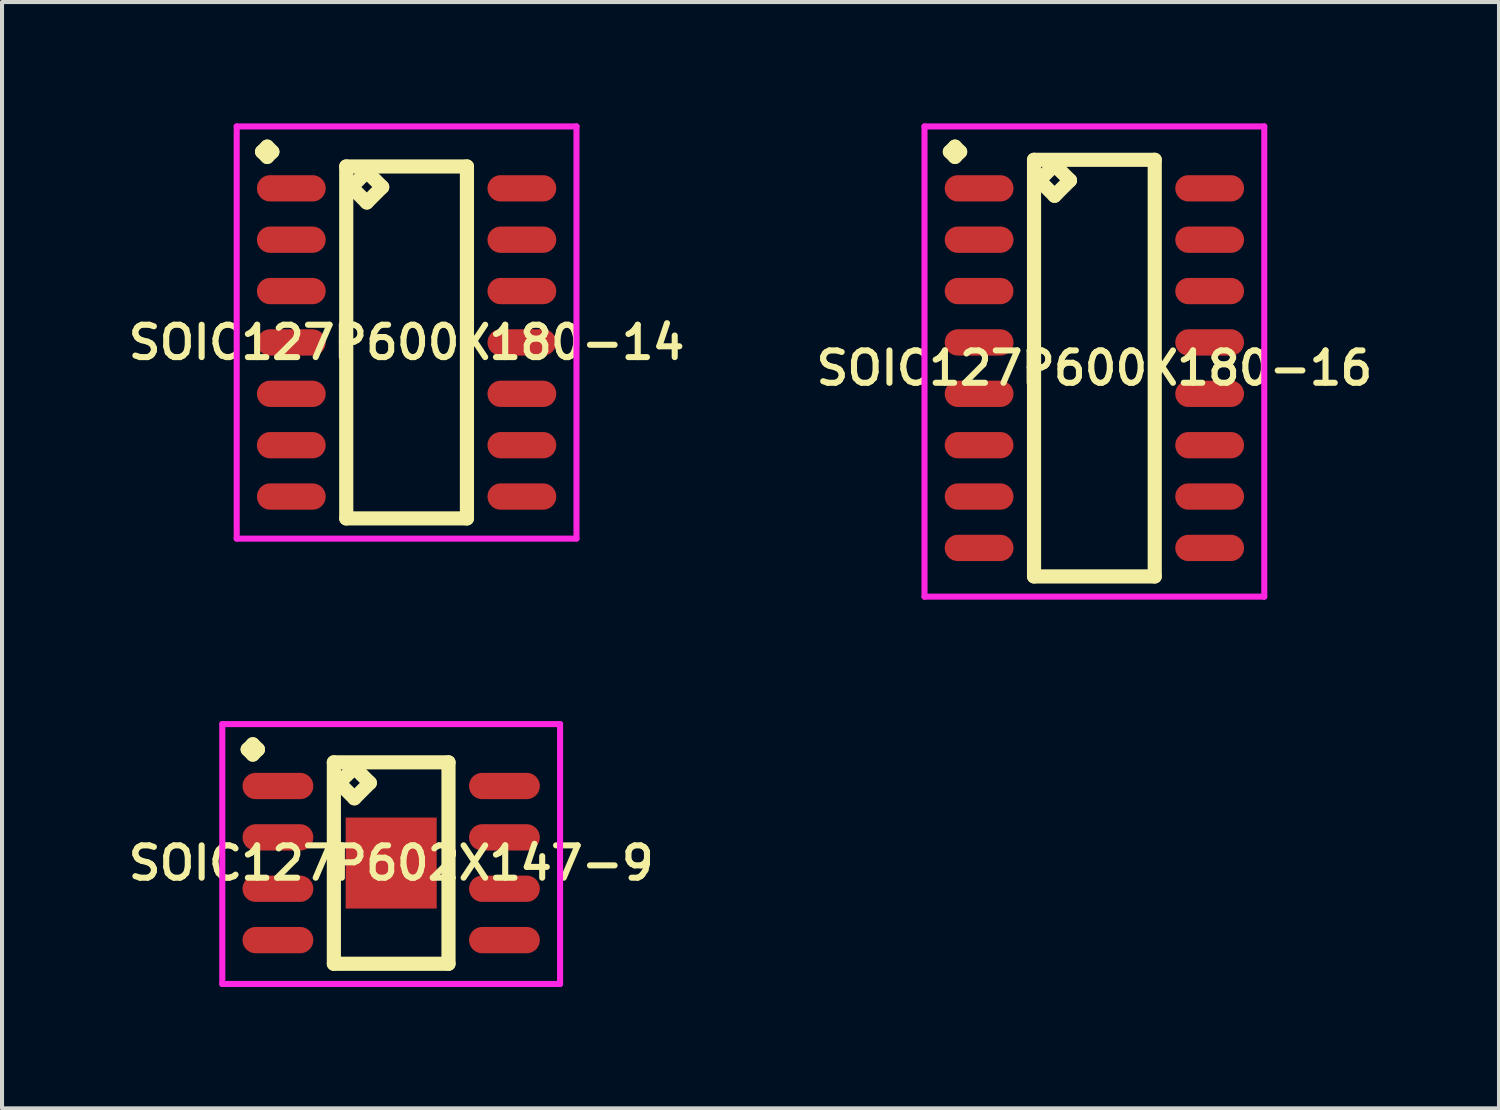
<source format=kicad_pcb>
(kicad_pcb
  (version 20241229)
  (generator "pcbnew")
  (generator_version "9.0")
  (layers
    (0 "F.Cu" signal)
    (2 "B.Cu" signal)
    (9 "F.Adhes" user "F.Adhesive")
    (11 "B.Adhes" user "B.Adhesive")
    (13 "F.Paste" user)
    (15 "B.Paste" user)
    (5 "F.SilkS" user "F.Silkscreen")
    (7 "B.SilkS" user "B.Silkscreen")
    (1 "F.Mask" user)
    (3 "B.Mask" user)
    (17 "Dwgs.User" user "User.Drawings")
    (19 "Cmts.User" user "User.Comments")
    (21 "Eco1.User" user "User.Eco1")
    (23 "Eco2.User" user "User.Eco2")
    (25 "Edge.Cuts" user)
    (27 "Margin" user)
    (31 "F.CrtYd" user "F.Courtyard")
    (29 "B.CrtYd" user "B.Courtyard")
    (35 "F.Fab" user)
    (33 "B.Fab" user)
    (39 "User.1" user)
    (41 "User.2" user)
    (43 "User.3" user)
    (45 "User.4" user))
  (footprint "SOIC127P600X180-16"
    (layer "F.Cu")
    (at 24.006 6.051)
    (property "Reference" "SOIC127P600X180-16" (at 0 0 0) (layer "F.SilkS") (effects (font (size 0.8 0.8) (thickness 0.15))))
    (attr smd)
    (fp_line (start -3.573 -5.349) (end -3.446 -5.476) (stroke (width 0.35) (type solid)) (layer "F.SilkS"))
    (fp_line (start -3.446 -5.476) (end -3.319 -5.349) (stroke (width 0.35) (type solid)) (layer "F.SilkS"))
    (fp_line (start -3.446 -5.222) (end -3.573 -5.349) (stroke (width 0.35) (type solid)) (layer "F.SilkS"))
    (fp_line (start -3.319 -5.349) (end -3.446 -5.222) (stroke (width 0.35) (type solid)) (layer "F.SilkS"))
    (fp_line (start -1.492 -5.15) (end -1.492 5.15) (stroke (width 0.35) (type solid)) (layer "F.SilkS"))
    (fp_line (start -1.492 5.15) (end 1.492 5.15) (stroke (width 0.35) (type solid)) (layer "F.SilkS"))
    (fp_line (start -1.365 -4.642) (end -0.984 -5.023) (stroke (width 0.35) (type solid)) (layer "F.SilkS"))
    (fp_line (start -0.984 -5.023) (end -0.603 -4.642) (stroke (width 0.35) (type solid)) (layer "F.SilkS"))
    (fp_line (start -0.984 -4.261) (end -1.365 -4.642) (stroke (width 0.35) (type solid)) (layer "F.SilkS"))
    (fp_line (start -0.603 -4.642) (end -0.984 -4.261) (stroke (width 0.35) (type solid)) (layer "F.SilkS"))
    (fp_line (start 1.492 -5.15) (end -1.492 -5.15) (stroke (width 0.35) (type solid)) (layer "F.SilkS"))
    (fp_line (start 1.492 5.15) (end 1.492 -5.15) (stroke (width 0.35) (type solid)) (layer "F.SilkS"))
    (fp_line (start -4.2 -5.976) (end 4.2 -5.976) (stroke (width 0.15) (type solid)) (layer "F.CrtYd"))
    (fp_line (start -4.2 5.65) (end -4.2 -5.976) (stroke (width 0.15) (type solid)) (layer "F.CrtYd"))
    (fp_line (start 4.2 -5.976) (end 4.2 5.65) (stroke (width 0.15) (type solid)) (layer "F.CrtYd"))
    (fp_line (start 4.2 5.65) (end -4.2 5.65) (stroke (width 0.15) (type solid)) (layer "F.CrtYd"))
    (pad "1" smd oval (at -2.85 -4.445) (size 1.7 0.65) (layers "F.Cu" "F.Mask" "F.Paste"))
    (pad "2" smd oval (at -2.85 -3.175) (size 1.7 0.65) (layers "F.Cu" "F.Mask" "F.Paste"))
    (pad "3" smd oval (at -2.85 -1.905) (size 1.7 0.65) (layers "F.Cu" "F.Mask" "F.Paste"))
    (pad "4" smd oval (at -2.85 -0.635) (size 1.7 0.65) (layers "F.Cu" "F.Mask" "F.Paste"))
    (pad "5" smd oval (at -2.85 0.635) (size 1.7 0.65) (layers "F.Cu" "F.Mask" "F.Paste"))
    (pad "6" smd oval (at -2.85 1.905) (size 1.7 0.65) (layers "F.Cu" "F.Mask" "F.Paste"))
    (pad "7" smd oval (at -2.85 3.175) (size 1.7 0.65) (layers "F.Cu" "F.Mask" "F.Paste"))
    (pad "8" smd oval (at -2.85 4.445) (size 1.7 0.65) (layers "F.Cu" "F.Mask" "F.Paste"))
    (pad "9" smd oval (at 2.85 4.445) (size 1.7 0.65) (layers "F.Cu" "F.Mask" "F.Paste"))
    (pad "10" smd oval (at 2.85 3.175) (size 1.7 0.65) (layers "F.Cu" "F.Mask" "F.Paste"))
    (pad "11" smd oval (at 2.85 1.905) (size 1.7 0.65) (layers "F.Cu" "F.Mask" "F.Paste"))
    (pad "12" smd oval (at 2.85 0.635) (size 1.7 0.65) (layers "F.Cu" "F.Mask" "F.Paste"))
    (pad "13" smd oval (at 2.85 -0.635) (size 1.7 0.65) (layers "F.Cu" "F.Mask" "F.Paste"))
    (pad "14" smd oval (at 2.85 -1.905) (size 1.7 0.65) (layers "F.Cu" "F.Mask" "F.Paste"))
    (pad "15" smd oval (at 2.85 -3.175) (size 1.7 0.65) (layers "F.Cu" "F.Mask" "F.Paste"))
    (pad "16" smd oval (at 2.85 -4.445) (size 1.7 0.65) (layers "F.Cu" "F.Mask" "F.Paste")))
  (footprint "SOIC127P602X147-9"
    (layer "F.Cu")
    (at 6.621 18.287)
    (property "Reference" "SOIC127P602X147-9" (at 0 0 0) (layer "F.SilkS") (effects (font (size 0.8 0.8) (thickness 0.15))))
    (attr smd)
    (fp_line (start -3.548 -2.809) (end -3.421 -2.936) (stroke (width 0.35) (type solid)) (layer "F.SilkS"))
    (fp_line (start -3.421 -2.936) (end -3.294 -2.809) (stroke (width 0.35) (type solid)) (layer "F.SilkS"))
    (fp_line (start -3.421 -2.682) (end -3.548 -2.809) (stroke (width 0.35) (type solid)) (layer "F.SilkS"))
    (fp_line (start -3.294 -2.809) (end -3.421 -2.682) (stroke (width 0.35) (type solid)) (layer "F.SilkS"))
    (fp_line (start -1.417 -2.49) (end -1.417 2.49) (stroke (width 0.35) (type solid)) (layer "F.SilkS"))
    (fp_line (start -1.417 2.49) (end 1.417 2.49) (stroke (width 0.35) (type solid)) (layer "F.SilkS"))
    (fp_line (start -1.29 -1.982) (end -0.909 -2.363) (stroke (width 0.35) (type solid)) (layer "F.SilkS"))
    (fp_line (start -0.909 -2.363) (end -0.528 -1.982) (stroke (width 0.35) (type solid)) (layer "F.SilkS"))
    (fp_line (start -0.909 -1.601) (end -1.29 -1.982) (stroke (width 0.35) (type solid)) (layer "F.SilkS"))
    (fp_line (start -0.528 -1.982) (end -0.909 -1.601) (stroke (width 0.35) (type solid)) (layer "F.SilkS"))
    (fp_line (start 1.417 -2.49) (end -1.417 -2.49) (stroke (width 0.35) (type solid)) (layer "F.SilkS"))
    (fp_line (start 1.417 2.49) (end 1.417 -2.49) (stroke (width 0.35) (type solid)) (layer "F.SilkS"))
    (fp_line (start -4.175 -3.436) (end 4.175 -3.436) (stroke (width 0.15) (type solid)) (layer "F.CrtYd"))
    (fp_line (start -4.175 2.99) (end -4.175 -3.436) (stroke (width 0.15) (type solid)) (layer "F.CrtYd"))
    (fp_line (start 4.175 -3.436) (end 4.175 2.99) (stroke (width 0.15) (type solid)) (layer "F.CrtYd"))
    (fp_line (start 4.175 2.99) (end -4.175 2.99) (stroke (width 0.15) (type solid)) (layer "F.CrtYd"))
    (pad "1" smd oval (at -2.8 -1.905) (size 1.75 0.65) (layers "F.Cu" "F.Mask" "F.Paste"))
    (pad "2" smd oval (at -2.8 -0.635) (size 1.75 0.65) (layers "F.Cu" "F.Mask" "F.Paste"))
    (pad "3" smd oval (at -2.8 0.635) (size 1.75 0.65) (layers "F.Cu" "F.Mask" "F.Paste"))
    (pad "4" smd oval (at -2.8 1.905) (size 1.75 0.65) (layers "F.Cu" "F.Mask" "F.Paste"))
    (pad "5" smd oval (at 2.8 1.905) (size 1.75 0.65) (layers "F.Cu" "F.Mask" "F.Paste"))
    (pad "6" smd oval (at 2.8 0.635) (size 1.75 0.65) (layers "F.Cu" "F.Mask" "F.Paste"))
    (pad "7" smd oval (at 2.8 -0.635) (size 1.75 0.65) (layers "F.Cu" "F.Mask" "F.Paste"))
    (pad "8" smd oval (at 2.8 -1.905) (size 1.75 0.65) (layers "F.Cu" "F.Mask" "F.Paste"))
    (pad "9" smd rect (at 0 0) (size 2.25 2.25) (layers "F.Cu" "F.Mask" "F.Paste")))
  (footprint "SOIC127P600X180-14"
    (layer "F.Cu")
    (at 7.002 5.416)
    (property "Reference" "SOIC127P600X180-14" (at 0 0 0) (layer "F.SilkS") (effects (font (size 0.8 0.8) (thickness 0.15))))
    (attr smd)
    (fp_line (start -3.573 -4.714) (end -3.446 -4.841) (stroke (width 0.35) (type solid)) (layer "F.SilkS"))
    (fp_line (start -3.446 -4.841) (end -3.319 -4.714) (stroke (width 0.35) (type solid)) (layer "F.SilkS"))
    (fp_line (start -3.446 -4.587) (end -3.573 -4.714) (stroke (width 0.35) (type solid)) (layer "F.SilkS"))
    (fp_line (start -3.319 -4.714) (end -3.446 -4.587) (stroke (width 0.35) (type solid)) (layer "F.SilkS"))
    (fp_line (start -1.492 -4.35) (end -1.492 4.35) (stroke (width 0.35) (type solid)) (layer "F.SilkS"))
    (fp_line (start -1.492 4.35) (end 1.492 4.35) (stroke (width 0.35) (type solid)) (layer "F.SilkS"))
    (fp_line (start -1.365 -3.842) (end -0.984 -4.223) (stroke (width 0.35) (type solid)) (layer "F.SilkS"))
    (fp_line (start -0.984 -4.223) (end -0.603 -3.842) (stroke (width 0.35) (type solid)) (layer "F.SilkS"))
    (fp_line (start -0.984 -3.461) (end -1.365 -3.842) (stroke (width 0.35) (type solid)) (layer "F.SilkS"))
    (fp_line (start -0.603 -3.842) (end -0.984 -3.461) (stroke (width 0.35) (type solid)) (layer "F.SilkS"))
    (fp_line (start 1.492 -4.35) (end -1.492 -4.35) (stroke (width 0.35) (type solid)) (layer "F.SilkS"))
    (fp_line (start 1.492 4.35) (end 1.492 -4.35) (stroke (width 0.35) (type solid)) (layer "F.SilkS"))
    (fp_line (start -4.2 -5.341) (end 4.2 -5.341) (stroke (width 0.15) (type solid)) (layer "F.CrtYd"))
    (fp_line (start -4.2 4.85) (end -4.2 -5.341) (stroke (width 0.15) (type solid)) (layer "F.CrtYd"))
    (fp_line (start 4.2 -5.341) (end 4.2 4.85) (stroke (width 0.15) (type solid)) (layer "F.CrtYd"))
    (fp_line (start 4.2 4.85) (end -4.2 4.85) (stroke (width 0.15) (type solid)) (layer "F.CrtYd"))
    (pad "1" smd oval (at -2.85 -3.81) (size 1.7 0.65) (layers "F.Cu" "F.Mask" "F.Paste"))
    (pad "2" smd oval (at -2.85 -2.54) (size 1.7 0.65) (layers "F.Cu" "F.Mask" "F.Paste"))
    (pad "3" smd oval (at -2.85 -1.27) (size 1.7 0.65) (layers "F.Cu" "F.Mask" "F.Paste"))
    (pad "4" smd oval (at -2.85 0) (size 1.7 0.65) (layers "F.Cu" "F.Mask" "F.Paste"))
    (pad "5" smd oval (at -2.85 1.27) (size 1.7 0.65) (layers "F.Cu" "F.Mask" "F.Paste"))
    (pad "6" smd oval (at -2.85 2.54) (size 1.7 0.65) (layers "F.Cu" "F.Mask" "F.Paste"))
    (pad "7" smd oval (at -2.85 3.81) (size 1.7 0.65) (layers "F.Cu" "F.Mask" "F.Paste"))
    (pad "8" smd oval (at 2.85 3.81) (size 1.7 0.65) (layers "F.Cu" "F.Mask" "F.Paste"))
    (pad "9" smd oval (at 2.85 2.54) (size 1.7 0.65) (layers "F.Cu" "F.Mask" "F.Paste"))
    (pad "10" smd oval (at 2.85 1.27) (size 1.7 0.65) (layers "F.Cu" "F.Mask" "F.Paste"))
    (pad "11" smd oval (at 2.85 0) (size 1.7 0.65) (layers "F.Cu" "F.Mask" "F.Paste"))
    (pad "12" smd oval (at 2.85 -1.27) (size 1.7 0.65) (layers "F.Cu" "F.Mask" "F.Paste"))
    (pad "13" smd oval (at 2.85 -2.54) (size 1.7 0.65) (layers "F.Cu" "F.Mask" "F.Paste"))
    (pad "14" smd oval (at 2.85 -3.81) (size 1.7 0.65) (layers "F.Cu" "F.Mask" "F.Paste")))
  (gr_rect
    (start -3 -3)
    (end 34.009 24.352)
    (stroke (width 0.1) (type default))
    (fill no)
    (layer "Edge.Cuts")))
</source>
